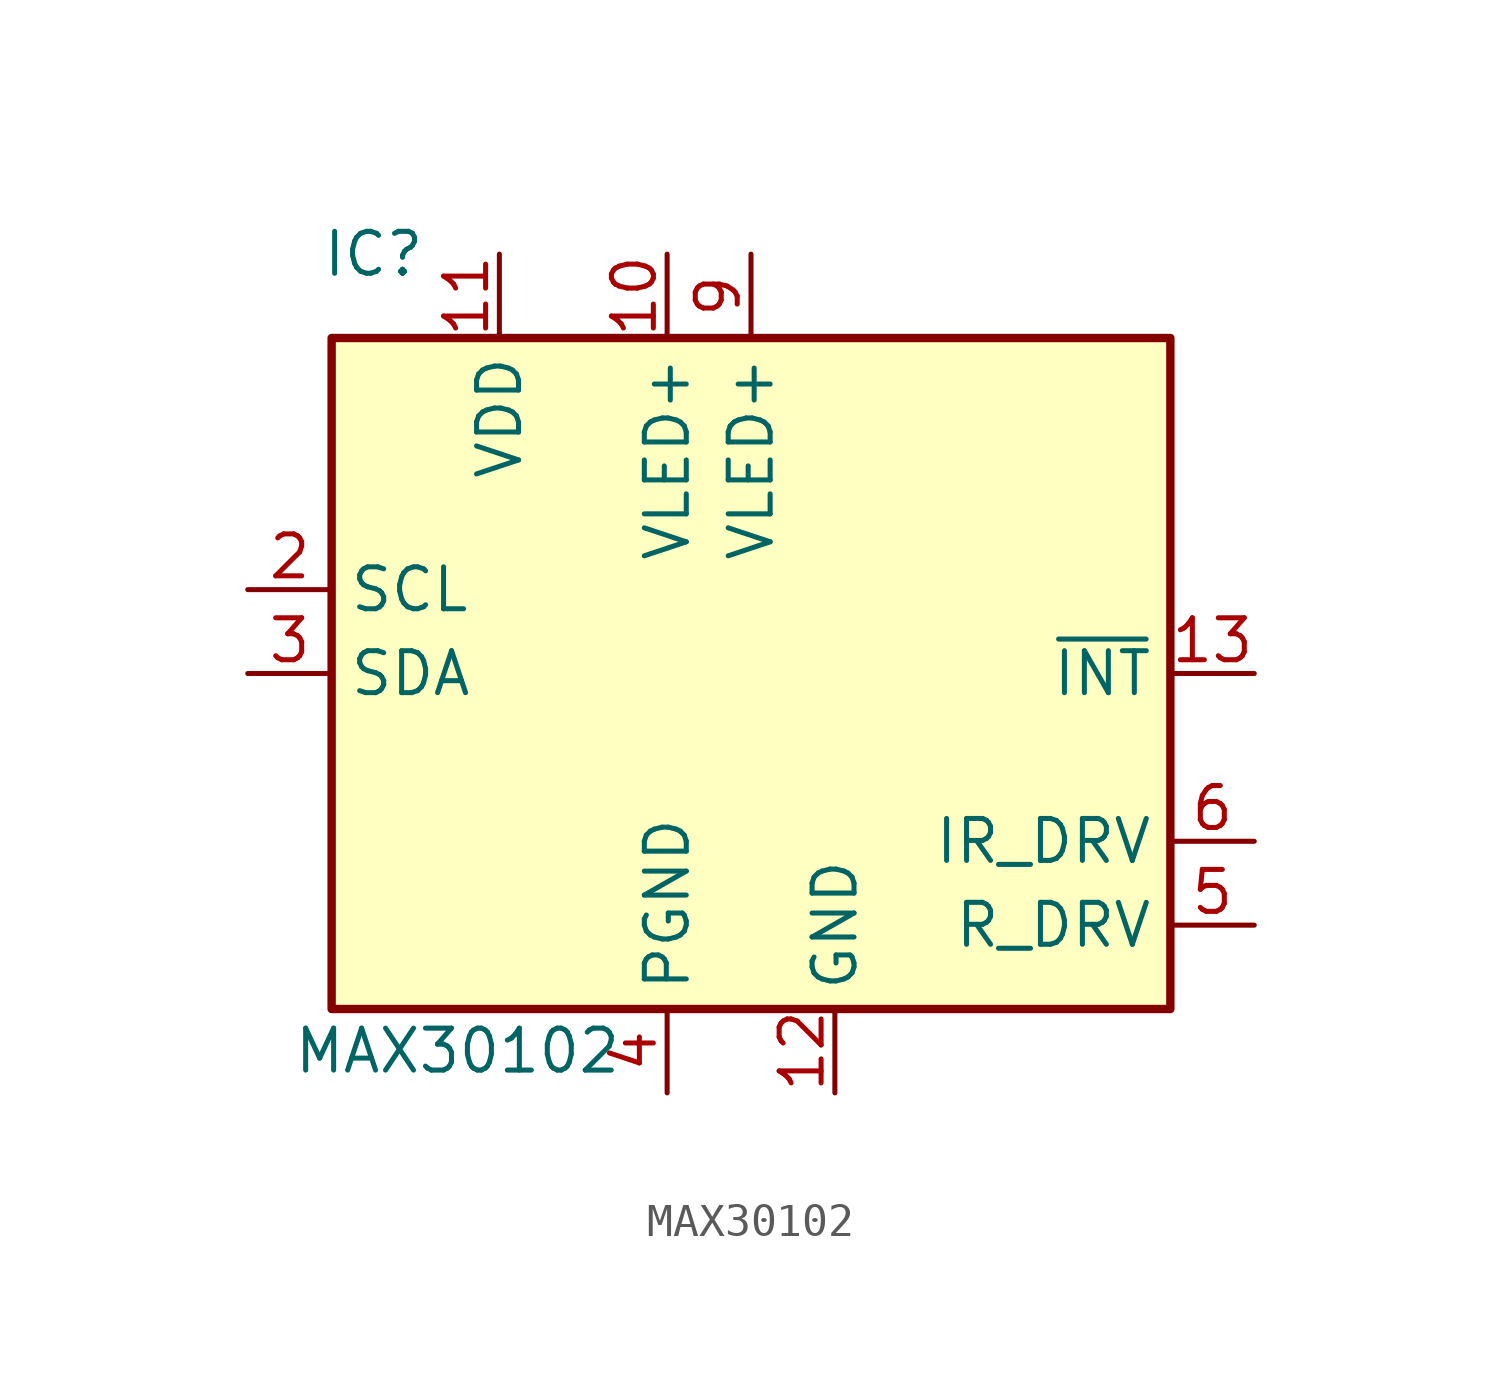
<source format=kicad_sym>
(kicad_symbol_lib
  (version 20211014)
  (generator kicad_symbol_editor)
  (symbol "MAX30102"
    (property "Reference" "IC"
      (at -11.43 12.7 0)
      (effects (font (size 1.27 1.27))))
    (property "Value" "MAX30102"
      (at -8.89 -11.43 0)
      (effects (font (size 1.27 1.27))))
    (symbol "MAX30102_0_1"
      (rectangle (start -12.7 10.16) (end 12.7 -10.16) (stroke (width 0.254) (type default) (color 0 0 0 0)) (fill (type background))))
    (symbol "MAX30102_1_1"
      (pin no_connect line (at 10.16 10.16 180) (length 2.54) hide (name "NC" (effects (font (size 1.27 1.27)))) (number "1" (effects (font (size 1.27 1.27)))))
      (pin power_in line (at -2.54 12.7 270) (length 2.54) (name "VLED+" (effects (font (size 1.27 1.27)))) (number "10" (effects (font (size 1.27 1.27)))))
      (pin power_in line (at -7.62 12.7 270) (length 2.54) (name "VDD" (effects (font (size 1.27 1.27)))) (number "11" (effects (font (size 1.27 1.27)))))
      (pin power_in line (at 2.54 -12.7 90) (length 2.54) (name "GND" (effects (font (size 1.27 1.27)))) (number "12" (effects (font (size 1.27 1.27)))))
      (pin output line (at 15.24 0 180) (length 2.54) (name "~{INT}" (effects (font (size 1.27 1.27)))) (number "13" (effects (font (size 1.27 1.27)))))
      (pin no_connect line (at 10.16 2.54 180) (length 2.54) hide (name "NC" (effects (font (size 1.27 1.27)))) (number "14" (effects (font (size 1.27 1.27)))))
      (pin input line (at -15.24 2.54 0) (length 2.54) (name "SCL" (effects (font (size 1.27 1.27)))) (number "2" (effects (font (size 1.27 1.27)))))
      (pin bidirectional line (at -15.24 0 0) (length 2.54) (name "SDA" (effects (font (size 1.27 1.27)))) (number "3" (effects (font (size 1.27 1.27)))))
      (pin power_in line (at -2.54 -12.7 90) (length 2.54) (name "PGND" (effects (font (size 1.27 1.27)))) (number "4" (effects (font (size 1.27 1.27)))))
      (pin output line (at 15.24 -7.62 180) (length 2.54) (name "R_DRV" (effects (font (size 1.27 1.27)))) (number "5" (effects (font (size 1.27 1.27)))))
      (pin output line (at 15.24 -5.08 180) (length 2.54) (name "IR_DRV" (effects (font (size 1.27 1.27)))) (number "6" (effects (font (size 1.27 1.27)))))
      (pin no_connect line (at 10.16 7.62 180) (length 2.54) hide (name "NC" (effects (font (size 1.27 1.27)))) (number "7" (effects (font (size 1.27 1.27)))))
      (pin no_connect line (at 10.16 5.08 180) (length 2.54) hide (name "NC" (effects (font (size 1.27 1.27)))) (number "8" (effects (font (size 1.27 1.27)))))
      (pin power_in line (at 0 12.7 270) (length 2.54) (name "VLED+" (effects (font (size 1.27 1.27)))) (number "9" (effects (font (size 1.27 1.27))))))))
</source>
